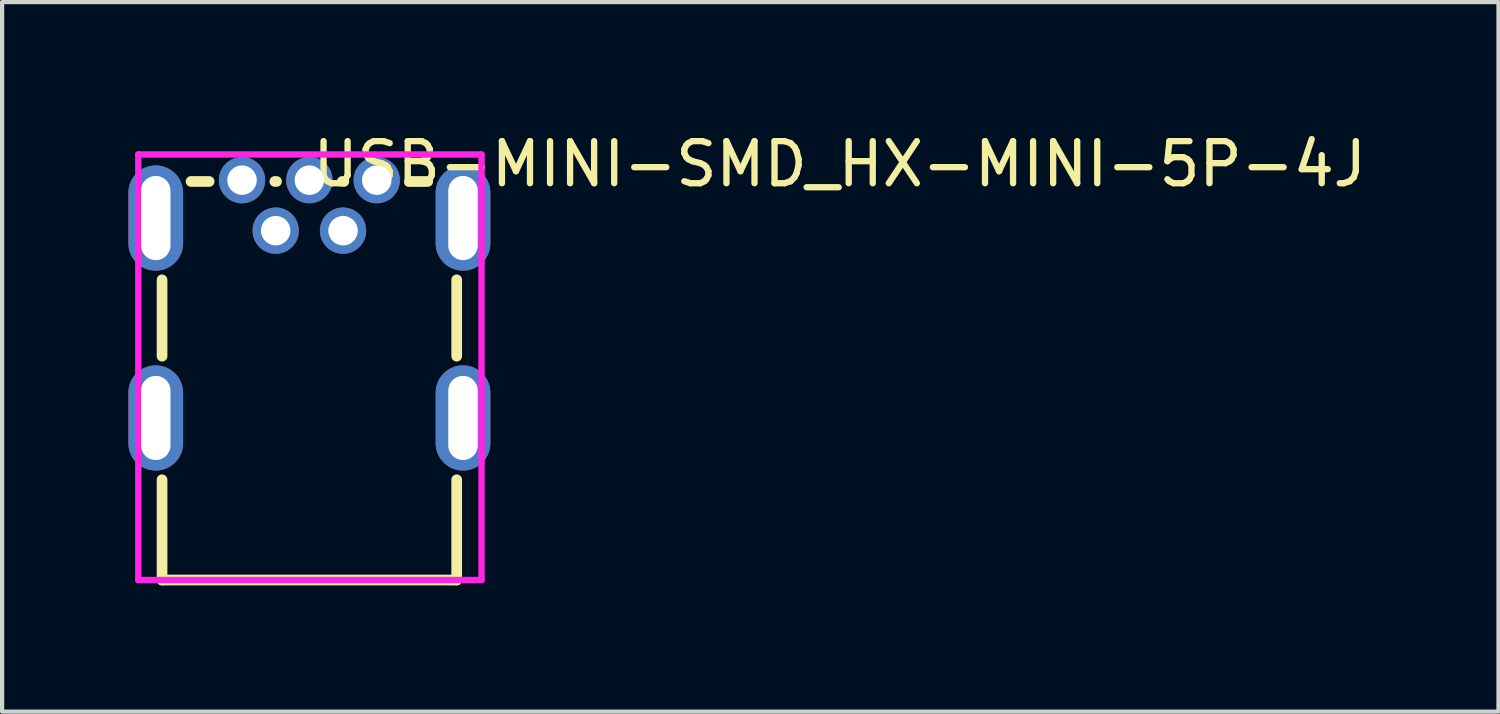
<source format=kicad_pcb>
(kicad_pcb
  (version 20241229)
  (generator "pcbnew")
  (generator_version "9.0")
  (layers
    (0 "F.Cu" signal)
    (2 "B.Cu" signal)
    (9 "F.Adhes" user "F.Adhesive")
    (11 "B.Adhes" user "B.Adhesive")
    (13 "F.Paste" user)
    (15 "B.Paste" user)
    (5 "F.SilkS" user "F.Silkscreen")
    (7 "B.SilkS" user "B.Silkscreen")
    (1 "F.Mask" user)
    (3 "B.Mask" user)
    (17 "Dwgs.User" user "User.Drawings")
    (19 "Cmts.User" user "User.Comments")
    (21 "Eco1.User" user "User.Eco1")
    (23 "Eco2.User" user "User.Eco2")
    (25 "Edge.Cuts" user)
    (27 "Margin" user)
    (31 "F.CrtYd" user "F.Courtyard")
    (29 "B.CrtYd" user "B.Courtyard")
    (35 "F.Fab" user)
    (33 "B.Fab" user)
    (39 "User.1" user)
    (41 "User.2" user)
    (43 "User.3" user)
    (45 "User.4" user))
  (footprint "USB-MINI-SMD_HX-MINI-5P-4J"
    (layer "F.Cu")
    (at 4.3 4.055)
    (property "Reference" "USB-MINI-SMD_HX-MINI-5P-4J" (at 0 -3.207 0) (layer "F.SilkS") (effects (font (size 1 1) (thickness 0.15)) (justify left)))
    (attr through_hole)
    (fp_line (start -3.5 1.357) (end -3.5 -0.457) (stroke (width 0.254) (type solid)) (layer "F.SilkS"))
    (fp_line (start -3.5 6.675) (end -3.5 4.293) (stroke (width 0.254) (type solid)) (layer "F.SilkS"))
    (fp_line (start -2.811 -2.794) (end -2.381 -2.794) (stroke (width 0.254) (type solid)) (layer "F.SilkS"))
    (fp_line (start -0.82 -2.794) (end -0.781 -2.794) (stroke (width 0.254) (type solid)) (layer "F.SilkS"))
    (fp_line (start 0.78 -2.794) (end 0.819 -2.794) (stroke (width 0.254) (type solid)) (layer "F.SilkS"))
    (fp_line (start 2.38 -2.794) (end 2.811 -2.794) (stroke (width 0.254) (type solid)) (layer "F.SilkS"))
    (fp_line (start 3.5 1.357) (end 3.5 -0.457) (stroke (width 0.254) (type solid)) (layer "F.SilkS"))
    (fp_line (start 3.5 6.675) (end -3.5 6.675) (stroke (width 0.254) (type solid)) (layer "F.SilkS"))
    (fp_line (start 3.5 6.675) (end 3.5 4.293) (stroke (width 0.254) (type solid)) (layer "F.SilkS"))
    (fp_line (start -4.064 -3.435) (end 4.09 -3.435) (stroke (width 0.152) (type solid)) (layer "F.CrtYd"))
    (fp_line (start -4.064 6.675) (end -4.064 -3.435) (stroke (width 0.152) (type solid)) (layer "F.CrtYd"))
    (fp_line (start 4.09 -3.435) (end 4.09 6.675) (stroke (width 0.152) (type solid)) (layer "F.CrtYd"))
    (fp_line (start 4.09 6.675) (end -4.064 6.675) (stroke (width 0.152) (type solid)) (layer "F.CrtYd"))
    (pad "1" thru_hole circle (at -1.6 -2.825) (size 1.1 1.1) (drill 0.7) (layers "*.Cu" "*.Mask"))
    (pad "2" thru_hole circle (at -0.8 -1.625) (size 1.1 1.1) (drill 0.7) (layers "*.Cu" "*.Mask"))
    (pad "3" thru_hole circle (at 0 -2.825) (size 1.1 1.1) (drill 0.7) (layers "*.Cu" "*.Mask"))
    (pad "4" thru_hole circle (at 0.8 -1.625) (size 1.1 1.1) (drill 0.7) (layers "*.Cu" "*.Mask"))
    (pad "5" thru_hole circle (at 1.6 -2.825) (size 1.1 1.1) (drill 0.7) (layers "*.Cu" "*.Mask"))
    (pad "6" thru_hole oval (at 3.65 -1.925) (size 1.3 2.5) (drill oval 0.7 2) (layers "*.Cu" "*.Mask"))
    (pad "6" thru_hole oval (at 3.65 2.825) (size 1.3 2.5) (drill oval 0.7 2) (layers "*.Cu" "*.Mask"))
    (pad "7" thru_hole oval (at -3.65 -1.925) (size 1.3 2.5) (drill oval 0.7 2) (layers "*.Cu" "*.Mask"))
    (pad "7" thru_hole oval (at -3.65 2.825) (size 1.3 2.5) (drill oval 0.7 2) (layers "*.Cu" "*.Mask")))
  (gr_rect
    (start -3 -3)
    (end 32.55 13.857)
    (stroke (width 0.1) (type default))
    (fill no)
    (layer "Edge.Cuts")))
</source>
